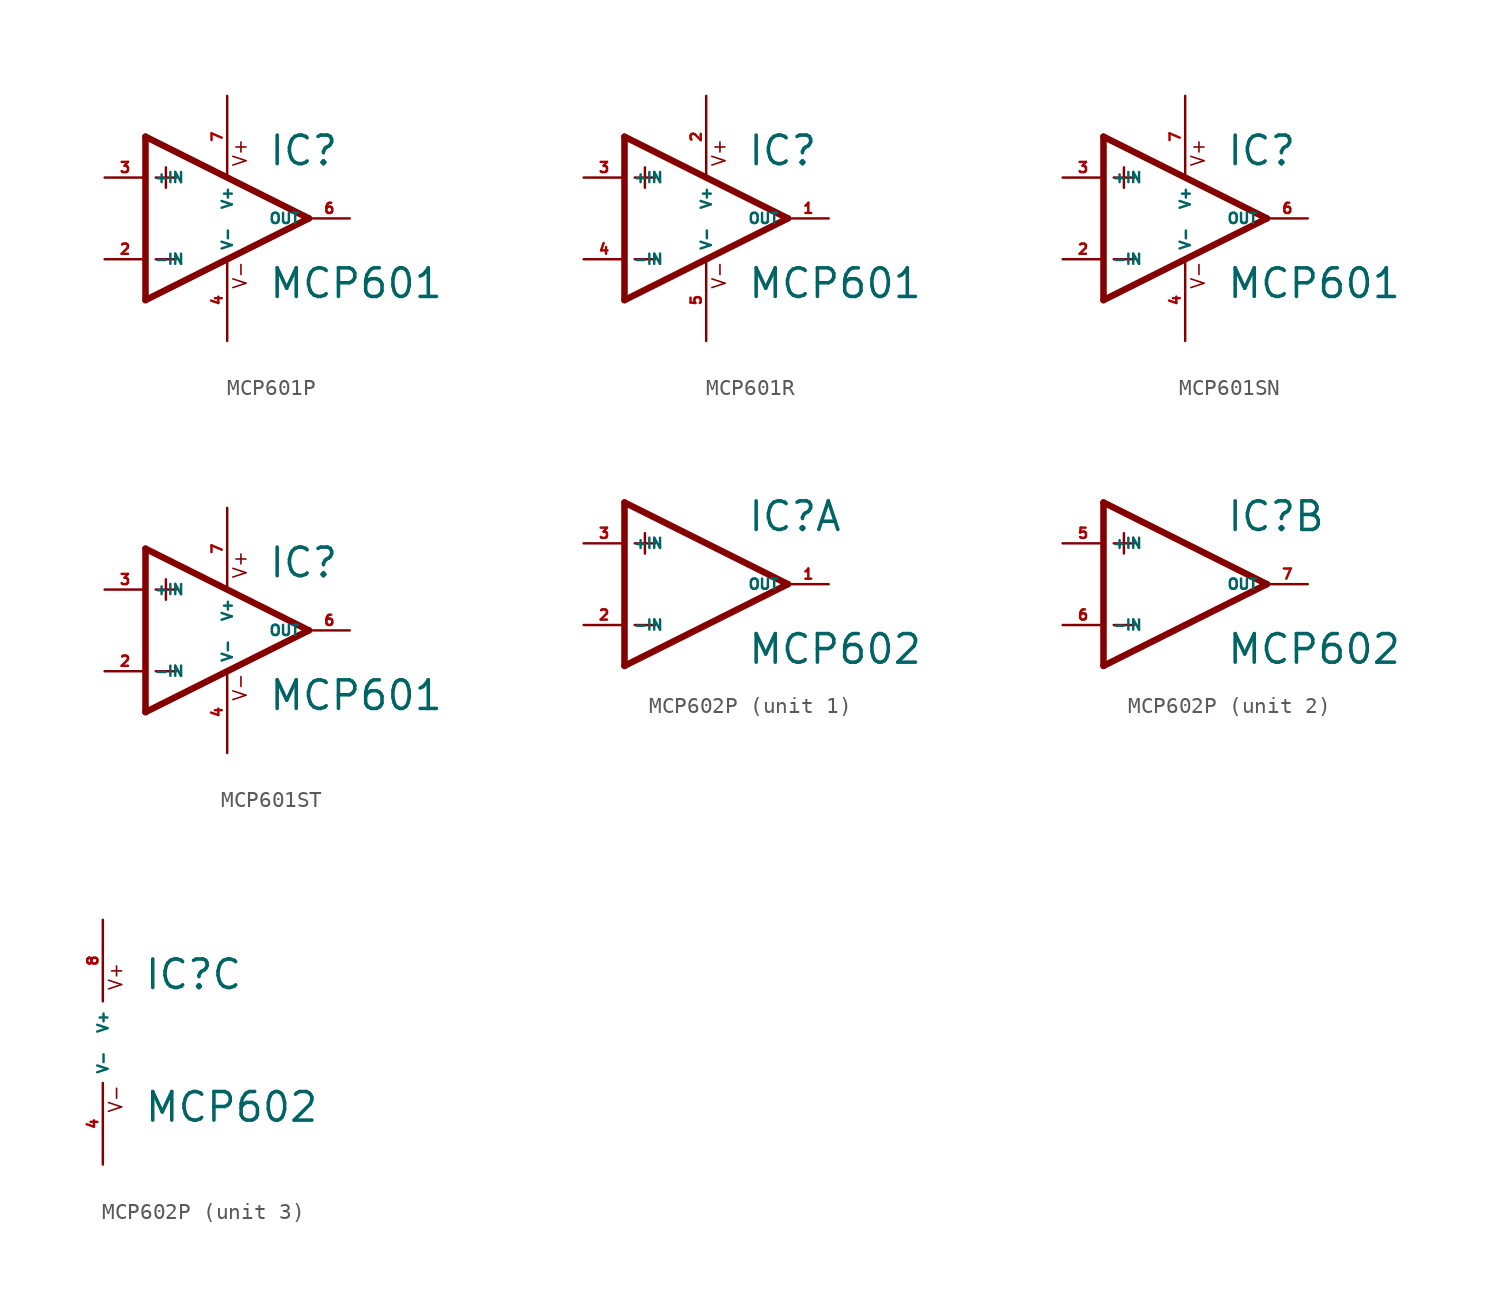
<source format=kicad_sym>
(kicad_symbol_lib
  (version 20220914)
  (generator Eagle2Kicad)
  (symbol "MCP601P"
    (property "Reference" "IC"
      (at 2.54 3.175 0)
      (effects (font (size 1.778 1.778) (thickness 0.22)) (justify left bottom)))
    (property "Value" "MCP601"
      (at 2.54 -5.08 0)
      (effects (font (size 1.778 1.778) (thickness 0.22)) (justify left bottom)))
    (polyline
      (pts (xy -5.08 5.08) (xy -5.08 -5.08))
      (stroke (width 0.406) (type default))
      (fill (type none)))
    (polyline
      (pts (xy -5.08 -5.08) (xy 5.08 0))
      (stroke (width 0.406) (type default))
      (fill (type none)))
    (polyline
      (pts (xy 5.08 0) (xy -5.08 5.08))
      (stroke (width 0.406) (type default))
      (fill (type none)))
    (polyline
      (pts (xy -3.81 3.175) (xy -3.81 1.905))
      (stroke (width 0.152) (type default))
      (fill (type none)))
    (polyline
      (pts (xy -4.445 2.54) (xy -3.175 2.54))
      (stroke (width 0.152) (type default))
      (fill (type none)))
    (polyline
      (pts (xy -4.445 -2.54) (xy -3.175 -2.54))
      (stroke (width 0.152) (type default))
      (fill (type none)))
    (text "V+"
      (at 1.27 3.175 900)
      (effects (font (size 0.813 0.813) (thickness 0.10)) (justify left bottom)))
    (text "V-"
      (at 1.27 -4.445 900)
      (effects (font (size 0.813 0.813) (thickness 0.10)) (justify left bottom)))
    (pin input line
      (at -7.62 -2.54 0)
      (length 2.54)
      (name "-IN" (effects (font (size 0.635 0.635) (thickness 0.08)) (justify left bottom)))
      (number "2" (effects (font (size 0.635 0.635) (thickness 0.08)) (justify left bottom))))
    (pin input line
      (at -7.62 2.54 0)
      (length 2.54)
      (name "+IN" (effects (font (size 0.635 0.635) (thickness 0.08)) (justify left bottom)))
      (number "3" (effects (font (size 0.635 0.635) (thickness 0.08)) (justify left bottom))))
    (pin output line
      (at 7.62 0 180)
      (length 2.54)
      (name "OUT" (effects (font (size 0.635 0.635) (thickness 0.08)) (justify left bottom)))
      (number "6" (effects (font (size 0.635 0.635) (thickness 0.08)) (justify left bottom))))
    (pin unspecified line
      (at 0 7.62 270)
      (length 5.08)
      (name "V+" (effects (font (size 0.635 0.635) (thickness 0.08)) (justify left bottom)))
      (number "7" (effects (font (size 0.635 0.635) (thickness 0.08)) (justify left bottom))))
    (pin unspecified line
      (at 0 -7.62 90)
      (length 5.08)
      (name "V-" (effects (font (size 0.635 0.635) (thickness 0.08)) (justify left bottom)))
      (number "4" (effects (font (size 0.635 0.635) (thickness 0.08)) (justify left bottom)))))
  (symbol "MCP601R"
    (property "Reference" "IC"
      (at 2.54 3.175 0)
      (effects (font (size 1.778 1.778) (thickness 0.22)) (justify left bottom)))
    (property "Value" "MCP601"
      (at 2.54 -5.08 0)
      (effects (font (size 1.778 1.778) (thickness 0.22)) (justify left bottom)))
    (polyline
      (pts (xy -5.08 5.08) (xy -5.08 -5.08))
      (stroke (width 0.406) (type default))
      (fill (type none)))
    (polyline
      (pts (xy -5.08 -5.08) (xy 5.08 0))
      (stroke (width 0.406) (type default))
      (fill (type none)))
    (polyline
      (pts (xy 5.08 0) (xy -5.08 5.08))
      (stroke (width 0.406) (type default))
      (fill (type none)))
    (polyline
      (pts (xy -3.81 3.175) (xy -3.81 1.905))
      (stroke (width 0.152) (type default))
      (fill (type none)))
    (polyline
      (pts (xy -4.445 2.54) (xy -3.175 2.54))
      (stroke (width 0.152) (type default))
      (fill (type none)))
    (polyline
      (pts (xy -4.445 -2.54) (xy -3.175 -2.54))
      (stroke (width 0.152) (type default))
      (fill (type none)))
    (text "V+"
      (at 1.27 3.175 900)
      (effects (font (size 0.813 0.813) (thickness 0.10)) (justify left bottom)))
    (text "V-"
      (at 1.27 -4.445 900)
      (effects (font (size 0.813 0.813) (thickness 0.10)) (justify left bottom)))
    (pin input line
      (at -7.62 -2.54 0)
      (length 2.54)
      (name "-IN" (effects (font (size 0.635 0.635) (thickness 0.08)) (justify left bottom)))
      (number "4" (effects (font (size 0.635 0.635) (thickness 0.08)) (justify left bottom))))
    (pin input line
      (at -7.62 2.54 0)
      (length 2.54)
      (name "+IN" (effects (font (size 0.635 0.635) (thickness 0.08)) (justify left bottom)))
      (number "3" (effects (font (size 0.635 0.635) (thickness 0.08)) (justify left bottom))))
    (pin output line
      (at 7.62 0 180)
      (length 2.54)
      (name "OUT" (effects (font (size 0.635 0.635) (thickness 0.08)) (justify left bottom)))
      (number "1" (effects (font (size 0.635 0.635) (thickness 0.08)) (justify left bottom))))
    (pin unspecified line
      (at 0 7.62 270)
      (length 5.08)
      (name "V+" (effects (font (size 0.635 0.635) (thickness 0.08)) (justify left bottom)))
      (number "2" (effects (font (size 0.635 0.635) (thickness 0.08)) (justify left bottom))))
    (pin unspecified line
      (at 0 -7.62 90)
      (length 5.08)
      (name "V-" (effects (font (size 0.635 0.635) (thickness 0.08)) (justify left bottom)))
      (number "5" (effects (font (size 0.635 0.635) (thickness 0.08)) (justify left bottom)))))
  (symbol "MCP601SN"
    (property "Reference" "IC"
      (at 2.54 3.175 0)
      (effects (font (size 1.778 1.778) (thickness 0.22)) (justify left bottom)))
    (property "Value" "MCP601"
      (at 2.54 -5.08 0)
      (effects (font (size 1.778 1.778) (thickness 0.22)) (justify left bottom)))
    (polyline
      (pts (xy -5.08 5.08) (xy -5.08 -5.08))
      (stroke (width 0.406) (type default))
      (fill (type none)))
    (polyline
      (pts (xy -5.08 -5.08) (xy 5.08 0))
      (stroke (width 0.406) (type default))
      (fill (type none)))
    (polyline
      (pts (xy 5.08 0) (xy -5.08 5.08))
      (stroke (width 0.406) (type default))
      (fill (type none)))
    (polyline
      (pts (xy -3.81 3.175) (xy -3.81 1.905))
      (stroke (width 0.152) (type default))
      (fill (type none)))
    (polyline
      (pts (xy -4.445 2.54) (xy -3.175 2.54))
      (stroke (width 0.152) (type default))
      (fill (type none)))
    (polyline
      (pts (xy -4.445 -2.54) (xy -3.175 -2.54))
      (stroke (width 0.152) (type default))
      (fill (type none)))
    (text "V+"
      (at 1.27 3.175 900)
      (effects (font (size 0.813 0.813) (thickness 0.10)) (justify left bottom)))
    (text "V-"
      (at 1.27 -4.445 900)
      (effects (font (size 0.813 0.813) (thickness 0.10)) (justify left bottom)))
    (pin input line
      (at -7.62 -2.54 0)
      (length 2.54)
      (name "-IN" (effects (font (size 0.635 0.635) (thickness 0.08)) (justify left bottom)))
      (number "2" (effects (font (size 0.635 0.635) (thickness 0.08)) (justify left bottom))))
    (pin input line
      (at -7.62 2.54 0)
      (length 2.54)
      (name "+IN" (effects (font (size 0.635 0.635) (thickness 0.08)) (justify left bottom)))
      (number "3" (effects (font (size 0.635 0.635) (thickness 0.08)) (justify left bottom))))
    (pin output line
      (at 7.62 0 180)
      (length 2.54)
      (name "OUT" (effects (font (size 0.635 0.635) (thickness 0.08)) (justify left bottom)))
      (number "6" (effects (font (size 0.635 0.635) (thickness 0.08)) (justify left bottom))))
    (pin unspecified line
      (at 0 7.62 270)
      (length 5.08)
      (name "V+" (effects (font (size 0.635 0.635) (thickness 0.08)) (justify left bottom)))
      (number "7" (effects (font (size 0.635 0.635) (thickness 0.08)) (justify left bottom))))
    (pin unspecified line
      (at 0 -7.62 90)
      (length 5.08)
      (name "V-" (effects (font (size 0.635 0.635) (thickness 0.08)) (justify left bottom)))
      (number "4" (effects (font (size 0.635 0.635) (thickness 0.08)) (justify left bottom)))))
  (symbol "MCP601ST"
    (property "Reference" "IC"
      (at 2.54 3.175 0)
      (effects (font (size 1.778 1.778) (thickness 0.22)) (justify left bottom)))
    (property "Value" "MCP601"
      (at 2.54 -5.08 0)
      (effects (font (size 1.778 1.778) (thickness 0.22)) (justify left bottom)))
    (polyline
      (pts (xy -5.08 5.08) (xy -5.08 -5.08))
      (stroke (width 0.406) (type default))
      (fill (type none)))
    (polyline
      (pts (xy -5.08 -5.08) (xy 5.08 0))
      (stroke (width 0.406) (type default))
      (fill (type none)))
    (polyline
      (pts (xy 5.08 0) (xy -5.08 5.08))
      (stroke (width 0.406) (type default))
      (fill (type none)))
    (polyline
      (pts (xy -3.81 3.175) (xy -3.81 1.905))
      (stroke (width 0.152) (type default))
      (fill (type none)))
    (polyline
      (pts (xy -4.445 2.54) (xy -3.175 2.54))
      (stroke (width 0.152) (type default))
      (fill (type none)))
    (polyline
      (pts (xy -4.445 -2.54) (xy -3.175 -2.54))
      (stroke (width 0.152) (type default))
      (fill (type none)))
    (text "V+"
      (at 1.27 3.175 900)
      (effects (font (size 0.813 0.813) (thickness 0.10)) (justify left bottom)))
    (text "V-"
      (at 1.27 -4.445 900)
      (effects (font (size 0.813 0.813) (thickness 0.10)) (justify left bottom)))
    (pin input line
      (at -7.62 -2.54 0)
      (length 2.54)
      (name "-IN" (effects (font (size 0.635 0.635) (thickness 0.08)) (justify left bottom)))
      (number "2" (effects (font (size 0.635 0.635) (thickness 0.08)) (justify left bottom))))
    (pin input line
      (at -7.62 2.54 0)
      (length 2.54)
      (name "+IN" (effects (font (size 0.635 0.635) (thickness 0.08)) (justify left bottom)))
      (number "3" (effects (font (size 0.635 0.635) (thickness 0.08)) (justify left bottom))))
    (pin output line
      (at 7.62 0 180)
      (length 2.54)
      (name "OUT" (effects (font (size 0.635 0.635) (thickness 0.08)) (justify left bottom)))
      (number "6" (effects (font (size 0.635 0.635) (thickness 0.08)) (justify left bottom))))
    (pin unspecified line
      (at 0 7.62 270)
      (length 5.08)
      (name "V+" (effects (font (size 0.635 0.635) (thickness 0.08)) (justify left bottom)))
      (number "7" (effects (font (size 0.635 0.635) (thickness 0.08)) (justify left bottom))))
    (pin unspecified line
      (at 0 -7.62 90)
      (length 5.08)
      (name "V-" (effects (font (size 0.635 0.635) (thickness 0.08)) (justify left bottom)))
      (number "4" (effects (font (size 0.635 0.635) (thickness 0.08)) (justify left bottom)))))
  (symbol "MCP602P"
    (property "Reference" "IC"
      (at 2.54 3.175 0)
      (effects (font (size 1.778 1.778) (thickness 0.22)) (justify left bottom)))
    (property "Value" "MCP602"
      (at 2.54 -5.08 0)
      (effects (font (size 1.778 1.778) (thickness 0.22)) (justify left bottom)))
    (symbol "MCP602P_1_0"
      (polyline (pts (xy -5.08 5.08) (xy -5.08 -5.08)) (stroke (width 0.406) (type default)) (fill (type none)))
      (polyline (pts (xy -5.08 -5.08) (xy 5.08 0)) (stroke (width 0.406) (type default)) (fill (type none)))
      (polyline (pts (xy 5.08 0) (xy -5.08 5.08)) (stroke (width 0.406) (type default)) (fill (type none)))
      (polyline (pts (xy -3.81 3.175) (xy -3.81 1.905)) (stroke (width 0.152) (type default)) (fill (type none)))
      (polyline (pts (xy -4.445 2.54) (xy -3.175 2.54)) (stroke (width 0.152) (type default)) (fill (type none)))
      (polyline (pts (xy -4.445 -2.54) (xy -3.175 -2.54)) (stroke (width 0.152) (type default)) (fill (type none)))
      (pin input line (at -7.62 -2.54 0) (length 2.54) (name "-IN" (effects (font (size 0.635 0.635) (thickness 0.08)) (justify left bottom))) (number "2" (effects (font (size 0.635 0.635) (thickness 0.08)) (justify left bottom))))
      (pin input line (at -7.62 2.54 0) (length 2.54) (name "+IN" (effects (font (size 0.635 0.635) (thickness 0.08)) (justify left bottom))) (number "3" (effects (font (size 0.635 0.635) (thickness 0.08)) (justify left bottom))))
      (pin output line (at 7.62 0 180) (length 2.54) (name "OUT" (effects (font (size 0.635 0.635) (thickness 0.08)) (justify left bottom))) (number "1" (effects (font (size 0.635 0.635) (thickness 0.08)) (justify left bottom)))))
    (symbol "MCP602P_2_0"
      (polyline (pts (xy -5.08 5.08) (xy -5.08 -5.08)) (stroke (width 0.406) (type default)) (fill (type none)))
      (polyline (pts (xy -5.08 -5.08) (xy 5.08 0)) (stroke (width 0.406) (type default)) (fill (type none)))
      (polyline (pts (xy 5.08 0) (xy -5.08 5.08)) (stroke (width 0.406) (type default)) (fill (type none)))
      (polyline (pts (xy -3.81 3.175) (xy -3.81 1.905)) (stroke (width 0.152) (type default)) (fill (type none)))
      (polyline (pts (xy -4.445 2.54) (xy -3.175 2.54)) (stroke (width 0.152) (type default)) (fill (type none)))
      (polyline (pts (xy -4.445 -2.54) (xy -3.175 -2.54)) (stroke (width 0.152) (type default)) (fill (type none)))
      (pin input line (at -7.62 -2.54 0) (length 2.54) (name "-IN" (effects (font (size 0.635 0.635) (thickness 0.08)) (justify left bottom))) (number "6" (effects (font (size 0.635 0.635) (thickness 0.08)) (justify left bottom))))
      (pin input line (at -7.62 2.54 0) (length 2.54) (name "+IN" (effects (font (size 0.635 0.635) (thickness 0.08)) (justify left bottom))) (number "5" (effects (font (size 0.635 0.635) (thickness 0.08)) (justify left bottom))))
      (pin output line (at 7.62 0 180) (length 2.54) (name "OUT" (effects (font (size 0.635 0.635) (thickness 0.08)) (justify left bottom))) (number "7" (effects (font (size 0.635 0.635) (thickness 0.08)) (justify left bottom)))))
    (symbol "MCP602P_3_0"
      (text "V+" (at 1.27 3.175 900) (effects (font (size 0.813 0.813) (thickness 0.10)) (justify left bottom)))
      (text "V-" (at 1.27 -4.445 900) (effects (font (size 0.813 0.813) (thickness 0.10)) (justify left bottom)))
      (pin unspecified line (at 0 7.62 270) (length 5.08) (name "V+" (effects (font (size 0.635 0.635) (thickness 0.08)) (justify left bottom))) (number "8" (effects (font (size 0.635 0.635) (thickness 0.08)) (justify left bottom))))
      (pin unspecified line (at 0 -7.62 90) (length 5.08) (name "V-" (effects (font (size 0.635 0.635) (thickness 0.08)) (justify left bottom))) (number "4" (effects (font (size 0.635 0.635) (thickness 0.08)) (justify left bottom)))))))
</source>
